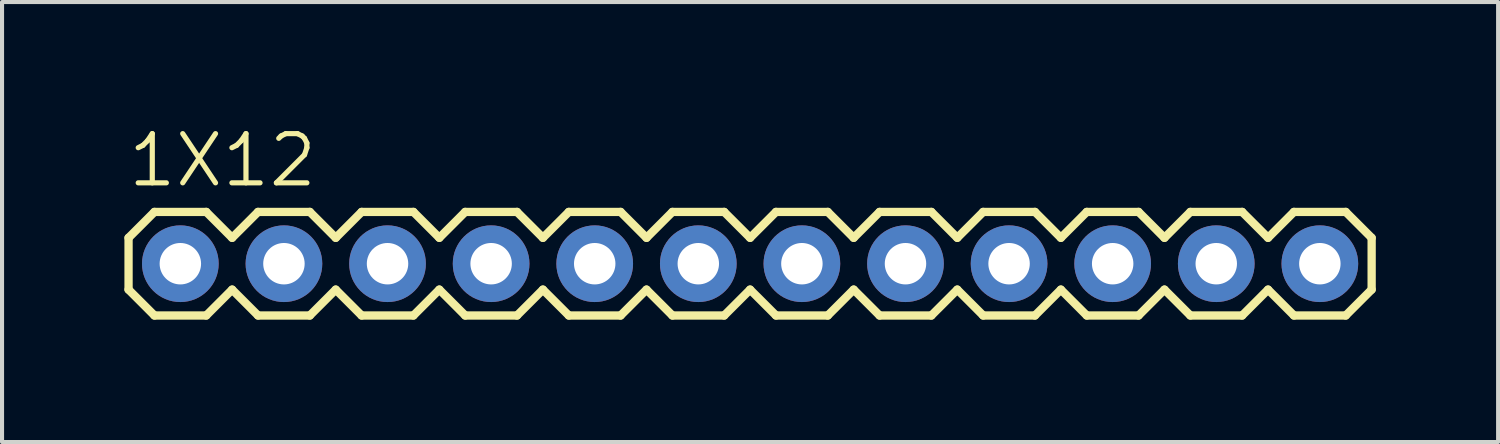
<source format=kicad_pcb>
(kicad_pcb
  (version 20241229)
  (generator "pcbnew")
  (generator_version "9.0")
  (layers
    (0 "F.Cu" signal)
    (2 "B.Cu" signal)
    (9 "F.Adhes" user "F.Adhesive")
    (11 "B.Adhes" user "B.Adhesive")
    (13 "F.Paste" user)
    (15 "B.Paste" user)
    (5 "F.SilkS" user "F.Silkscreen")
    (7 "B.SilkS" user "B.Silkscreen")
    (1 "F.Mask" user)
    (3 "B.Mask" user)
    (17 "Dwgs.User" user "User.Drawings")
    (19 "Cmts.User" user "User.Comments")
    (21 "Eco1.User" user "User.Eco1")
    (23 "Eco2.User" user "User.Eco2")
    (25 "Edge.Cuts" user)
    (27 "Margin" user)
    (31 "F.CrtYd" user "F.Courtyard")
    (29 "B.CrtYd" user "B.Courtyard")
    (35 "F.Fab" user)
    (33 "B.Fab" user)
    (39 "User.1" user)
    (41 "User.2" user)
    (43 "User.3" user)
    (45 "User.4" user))
  (footprint "1X12"
    (layer "F.Cu")
    (at 1.372 3.416)
    (property "Reference" "1X12" (at -1.346 -1.829 0) (layer "F.SilkS") (effects (font (size 1.206 1.206) (thickness 0.127)) (justify left bottom)))
    (attr through_hole)
    (fp_line (start -1.27 -0.635) (end -1.27 0.635) (stroke (width 0.203) (type solid)) (layer "F.SilkS"))
    (fp_line (start -1.27 0.635) (end -0.635 1.27) (stroke (width 0.203) (type solid)) (layer "F.SilkS"))
    (fp_line (start -0.635 -1.27) (end -1.27 -0.635) (stroke (width 0.203) (type solid)) (layer "F.SilkS"))
    (fp_line (start -0.635 -1.27) (end 0.635 -1.27) (stroke (width 0.203) (type solid)) (layer "F.SilkS"))
    (fp_line (start 0.635 -1.27) (end 1.27 -0.635) (stroke (width 0.203) (type solid)) (layer "F.SilkS"))
    (fp_line (start 0.635 1.27) (end -0.635 1.27) (stroke (width 0.203) (type solid)) (layer "F.SilkS"))
    (fp_line (start 1.27 -0.635) (end 1.905 -1.27) (stroke (width 0.203) (type solid)) (layer "F.SilkS"))
    (fp_line (start 1.27 0.635) (end 0.635 1.27) (stroke (width 0.203) (type solid)) (layer "F.SilkS"))
    (fp_line (start 1.905 -1.27) (end 3.175 -1.27) (stroke (width 0.203) (type solid)) (layer "F.SilkS"))
    (fp_line (start 1.905 1.27) (end 1.27 0.635) (stroke (width 0.203) (type solid)) (layer "F.SilkS"))
    (fp_line (start 3.175 -1.27) (end 3.81 -0.635) (stroke (width 0.203) (type solid)) (layer "F.SilkS"))
    (fp_line (start 3.175 1.27) (end 1.905 1.27) (stroke (width 0.203) (type solid)) (layer "F.SilkS"))
    (fp_line (start 3.81 -0.635) (end 4.445 -1.27) (stroke (width 0.203) (type solid)) (layer "F.SilkS"))
    (fp_line (start 3.81 0.635) (end 3.175 1.27) (stroke (width 0.203) (type solid)) (layer "F.SilkS"))
    (fp_line (start 4.445 -1.27) (end 5.715 -1.27) (stroke (width 0.203) (type solid)) (layer "F.SilkS"))
    (fp_line (start 4.445 1.27) (end 3.81 0.635) (stroke (width 0.203) (type solid)) (layer "F.SilkS"))
    (fp_line (start 5.715 -1.27) (end 6.35 -0.635) (stroke (width 0.203) (type solid)) (layer "F.SilkS"))
    (fp_line (start 5.715 1.27) (end 4.445 1.27) (stroke (width 0.203) (type solid)) (layer "F.SilkS"))
    (fp_line (start 6.35 0.635) (end 5.715 1.27) (stroke (width 0.203) (type solid)) (layer "F.SilkS"))
    (fp_line (start 6.35 0.635) (end 6.985 1.27) (stroke (width 0.203) (type solid)) (layer "F.SilkS"))
    (fp_line (start 6.985 -1.27) (end 6.35 -0.635) (stroke (width 0.203) (type solid)) (layer "F.SilkS"))
    (fp_line (start 6.985 -1.27) (end 8.255 -1.27) (stroke (width 0.203) (type solid)) (layer "F.SilkS"))
    (fp_line (start 8.255 -1.27) (end 8.89 -0.635) (stroke (width 0.203) (type solid)) (layer "F.SilkS"))
    (fp_line (start 8.255 1.27) (end 6.985 1.27) (stroke (width 0.203) (type solid)) (layer "F.SilkS"))
    (fp_line (start 8.89 -0.635) (end 9.525 -1.27) (stroke (width 0.203) (type solid)) (layer "F.SilkS"))
    (fp_line (start 8.89 0.635) (end 8.255 1.27) (stroke (width 0.203) (type solid)) (layer "F.SilkS"))
    (fp_line (start 9.525 -1.27) (end 10.795 -1.27) (stroke (width 0.203) (type solid)) (layer "F.SilkS"))
    (fp_line (start 9.525 1.27) (end 8.89 0.635) (stroke (width 0.203) (type solid)) (layer "F.SilkS"))
    (fp_line (start 10.795 -1.27) (end 11.43 -0.635) (stroke (width 0.203) (type solid)) (layer "F.SilkS"))
    (fp_line (start 10.795 1.27) (end 9.525 1.27) (stroke (width 0.203) (type solid)) (layer "F.SilkS"))
    (fp_line (start 11.43 -0.635) (end 12.065 -1.27) (stroke (width 0.203) (type solid)) (layer "F.SilkS"))
    (fp_line (start 11.43 0.635) (end 10.795 1.27) (stroke (width 0.203) (type solid)) (layer "F.SilkS"))
    (fp_line (start 12.065 -1.27) (end 13.335 -1.27) (stroke (width 0.203) (type solid)) (layer "F.SilkS"))
    (fp_line (start 12.065 1.27) (end 11.43 0.635) (stroke (width 0.203) (type solid)) (layer "F.SilkS"))
    (fp_line (start 13.335 -1.27) (end 13.97 -0.635) (stroke (width 0.203) (type solid)) (layer "F.SilkS"))
    (fp_line (start 13.335 1.27) (end 12.065 1.27) (stroke (width 0.203) (type solid)) (layer "F.SilkS"))
    (fp_line (start 13.97 0.635) (end 13.335 1.27) (stroke (width 0.203) (type solid)) (layer "F.SilkS"))
    (fp_line (start 13.97 0.635) (end 14.605 1.27) (stroke (width 0.203) (type solid)) (layer "F.SilkS"))
    (fp_line (start 14.605 -1.27) (end 13.97 -0.635) (stroke (width 0.203) (type solid)) (layer "F.SilkS"))
    (fp_line (start 14.605 -1.27) (end 15.875 -1.27) (stroke (width 0.203) (type solid)) (layer "F.SilkS"))
    (fp_line (start 15.875 -1.27) (end 16.51 -0.635) (stroke (width 0.203) (type solid)) (layer "F.SilkS"))
    (fp_line (start 15.875 1.27) (end 14.605 1.27) (stroke (width 0.203) (type solid)) (layer "F.SilkS"))
    (fp_line (start 16.51 0.635) (end 15.875 1.27) (stroke (width 0.203) (type solid)) (layer "F.SilkS"))
    (fp_line (start 16.51 0.635) (end 17.145 1.27) (stroke (width 0.203) (type solid)) (layer "F.SilkS"))
    (fp_line (start 17.145 -1.27) (end 16.51 -0.635) (stroke (width 0.203) (type solid)) (layer "F.SilkS"))
    (fp_line (start 17.145 -1.27) (end 18.415 -1.27) (stroke (width 0.203) (type solid)) (layer "F.SilkS"))
    (fp_line (start 18.415 -1.27) (end 19.05 -0.635) (stroke (width 0.203) (type solid)) (layer "F.SilkS"))
    (fp_line (start 18.415 1.27) (end 17.145 1.27) (stroke (width 0.203) (type solid)) (layer "F.SilkS"))
    (fp_line (start 19.05 0.635) (end 18.415 1.27) (stroke (width 0.203) (type solid)) (layer "F.SilkS"))
    (fp_line (start 19.05 0.635) (end 19.685 1.27) (stroke (width 0.203) (type solid)) (layer "F.SilkS"))
    (fp_line (start 19.685 -1.27) (end 19.05 -0.635) (stroke (width 0.203) (type solid)) (layer "F.SilkS"))
    (fp_line (start 19.685 -1.27) (end 20.955 -1.27) (stroke (width 0.203) (type solid)) (layer "F.SilkS"))
    (fp_line (start 20.955 -1.27) (end 21.59 -0.635) (stroke (width 0.203) (type solid)) (layer "F.SilkS"))
    (fp_line (start 20.955 1.27) (end 19.685 1.27) (stroke (width 0.203) (type solid)) (layer "F.SilkS"))
    (fp_line (start 21.59 0.635) (end 20.955 1.27) (stroke (width 0.203) (type solid)) (layer "F.SilkS"))
    (fp_line (start 21.59 0.635) (end 22.225 1.27) (stroke (width 0.203) (type solid)) (layer "F.SilkS"))
    (fp_line (start 22.225 -1.27) (end 21.59 -0.635) (stroke (width 0.203) (type solid)) (layer "F.SilkS"))
    (fp_line (start 22.225 -1.27) (end 23.495 -1.27) (stroke (width 0.203) (type solid)) (layer "F.SilkS"))
    (fp_line (start 23.495 -1.27) (end 24.13 -0.635) (stroke (width 0.203) (type solid)) (layer "F.SilkS"))
    (fp_line (start 23.495 1.27) (end 22.225 1.27) (stroke (width 0.203) (type solid)) (layer "F.SilkS"))
    (fp_line (start 24.13 0.635) (end 23.495 1.27) (stroke (width 0.203) (type solid)) (layer "F.SilkS"))
    (fp_line (start 24.13 0.635) (end 24.765 1.27) (stroke (width 0.203) (type solid)) (layer "F.SilkS"))
    (fp_line (start 24.765 -1.27) (end 24.13 -0.635) (stroke (width 0.203) (type solid)) (layer "F.SilkS"))
    (fp_line (start 24.765 -1.27) (end 26.035 -1.27) (stroke (width 0.203) (type solid)) (layer "F.SilkS"))
    (fp_line (start 26.035 -1.27) (end 26.67 -0.635) (stroke (width 0.203) (type solid)) (layer "F.SilkS"))
    (fp_line (start 26.035 1.27) (end 24.765 1.27) (stroke (width 0.203) (type solid)) (layer "F.SilkS"))
    (fp_line (start 26.67 0.635) (end 26.035 1.27) (stroke (width 0.203) (type solid)) (layer "F.SilkS"))
    (fp_line (start 26.67 0.635) (end 27.305 1.27) (stroke (width 0.203) (type solid)) (layer "F.SilkS"))
    (fp_line (start 27.305 -1.27) (end 26.67 -0.635) (stroke (width 0.203) (type solid)) (layer "F.SilkS"))
    (fp_line (start 27.305 -1.27) (end 28.575 -1.27) (stroke (width 0.203) (type solid)) (layer "F.SilkS"))
    (fp_line (start 28.575 -1.27) (end 29.21 -0.635) (stroke (width 0.203) (type solid)) (layer "F.SilkS"))
    (fp_line (start 28.575 1.27) (end 27.305 1.27) (stroke (width 0.203) (type solid)) (layer "F.SilkS"))
    (fp_line (start 29.21 -0.635) (end 29.21 0.635) (stroke (width 0.203) (type solid)) (layer "F.SilkS"))
    (fp_line (start 29.21 0.635) (end 28.575 1.27) (stroke (width 0.203) (type solid)) (layer "F.SilkS"))
    (fp_poly (pts (xy -0.254 0.254) (xy 0.254 0.254) (xy 0.254 -0.254) (xy -0.254 -0.254)) (stroke (width 0.1) (type solid)) (fill no) (layer "F.Fab"))
    (fp_poly (pts (xy 2.286 0.254) (xy 2.794 0.254) (xy 2.794 -0.254) (xy 2.286 -0.254)) (stroke (width 0.1) (type solid)) (fill no) (layer "F.Fab"))
    (fp_poly (pts (xy 4.826 0.254) (xy 5.334 0.254) (xy 5.334 -0.254) (xy 4.826 -0.254)) (stroke (width 0.1) (type solid)) (fill no) (layer "F.Fab"))
    (fp_poly (pts (xy 7.366 0.254) (xy 7.874 0.254) (xy 7.874 -0.254) (xy 7.366 -0.254)) (stroke (width 0.1) (type solid)) (fill no) (layer "F.Fab"))
    (fp_poly (pts (xy 9.906 0.254) (xy 10.414 0.254) (xy 10.414 -0.254) (xy 9.906 -0.254)) (stroke (width 0.1) (type solid)) (fill no) (layer "F.Fab"))
    (fp_poly (pts (xy 12.446 0.254) (xy 12.954 0.254) (xy 12.954 -0.254) (xy 12.446 -0.254)) (stroke (width 0.1) (type solid)) (fill no) (layer "F.Fab"))
    (fp_poly (pts (xy 14.986 0.254) (xy 15.494 0.254) (xy 15.494 -0.254) (xy 14.986 -0.254)) (stroke (width 0.1) (type solid)) (fill no) (layer "F.Fab"))
    (fp_poly (pts (xy 17.526 0.254) (xy 18.034 0.254) (xy 18.034 -0.254) (xy 17.526 -0.254)) (stroke (width 0.1) (type solid)) (fill no) (layer "F.Fab"))
    (fp_poly (pts (xy 20.066 0.254) (xy 20.574 0.254) (xy 20.574 -0.254) (xy 20.066 -0.254)) (stroke (width 0.1) (type solid)) (fill no) (layer "F.Fab"))
    (fp_poly (pts (xy 22.606 0.254) (xy 23.114 0.254) (xy 23.114 -0.254) (xy 22.606 -0.254)) (stroke (width 0.1) (type solid)) (fill no) (layer "F.Fab"))
    (fp_poly (pts (xy 25.146 0.254) (xy 25.654 0.254) (xy 25.654 -0.254) (xy 25.146 -0.254)) (stroke (width 0.1) (type solid)) (fill no) (layer "F.Fab"))
    (fp_poly (pts (xy 27.686 0.254) (xy 28.194 0.254) (xy 28.194 -0.254) (xy 27.686 -0.254)) (stroke (width 0.1) (type solid)) (fill no) (layer "F.Fab"))
    (pad "1" thru_hole circle (at 0 0 90) (size 1.88 1.88) (drill 1.016) (layers "*.Cu" "*.Mask"))
    (pad "2" thru_hole circle (at 2.54 0 90) (size 1.88 1.88) (drill 1.016) (layers "*.Cu" "*.Mask"))
    (pad "3" thru_hole circle (at 5.08 0 90) (size 1.88 1.88) (drill 1.016) (layers "*.Cu" "*.Mask"))
    (pad "4" thru_hole circle (at 7.62 0 90) (size 1.88 1.88) (drill 1.016) (layers "*.Cu" "*.Mask"))
    (pad "5" thru_hole circle (at 10.16 0 90) (size 1.88 1.88) (drill 1.016) (layers "*.Cu" "*.Mask"))
    (pad "6" thru_hole circle (at 12.7 0 90) (size 1.88 1.88) (drill 1.016) (layers "*.Cu" "*.Mask"))
    (pad "7" thru_hole circle (at 15.24 0 90) (size 1.88 1.88) (drill 1.016) (layers "*.Cu" "*.Mask"))
    (pad "8" thru_hole circle (at 17.78 0 90) (size 1.88 1.88) (drill 1.016) (layers "*.Cu" "*.Mask"))
    (pad "9" thru_hole circle (at 20.32 0 90) (size 1.88 1.88) (drill 1.016) (layers "*.Cu" "*.Mask"))
    (pad "10" thru_hole circle (at 22.86 0 90) (size 1.88 1.88) (drill 1.016) (layers "*.Cu" "*.Mask"))
    (pad "11" thru_hole circle (at 25.4 0 90) (size 1.88 1.88) (drill 1.016) (layers "*.Cu" "*.Mask"))
    (pad "12" thru_hole circle (at 27.94 0 90) (size 1.88 1.88) (drill 1.016) (layers "*.Cu" "*.Mask")))
  (gr_rect
    (start -3 -3)
    (end 33.683 7.788)
    (stroke (width 0.1) (type default))
    (fill no)
    (layer "Edge.Cuts")))
</source>
